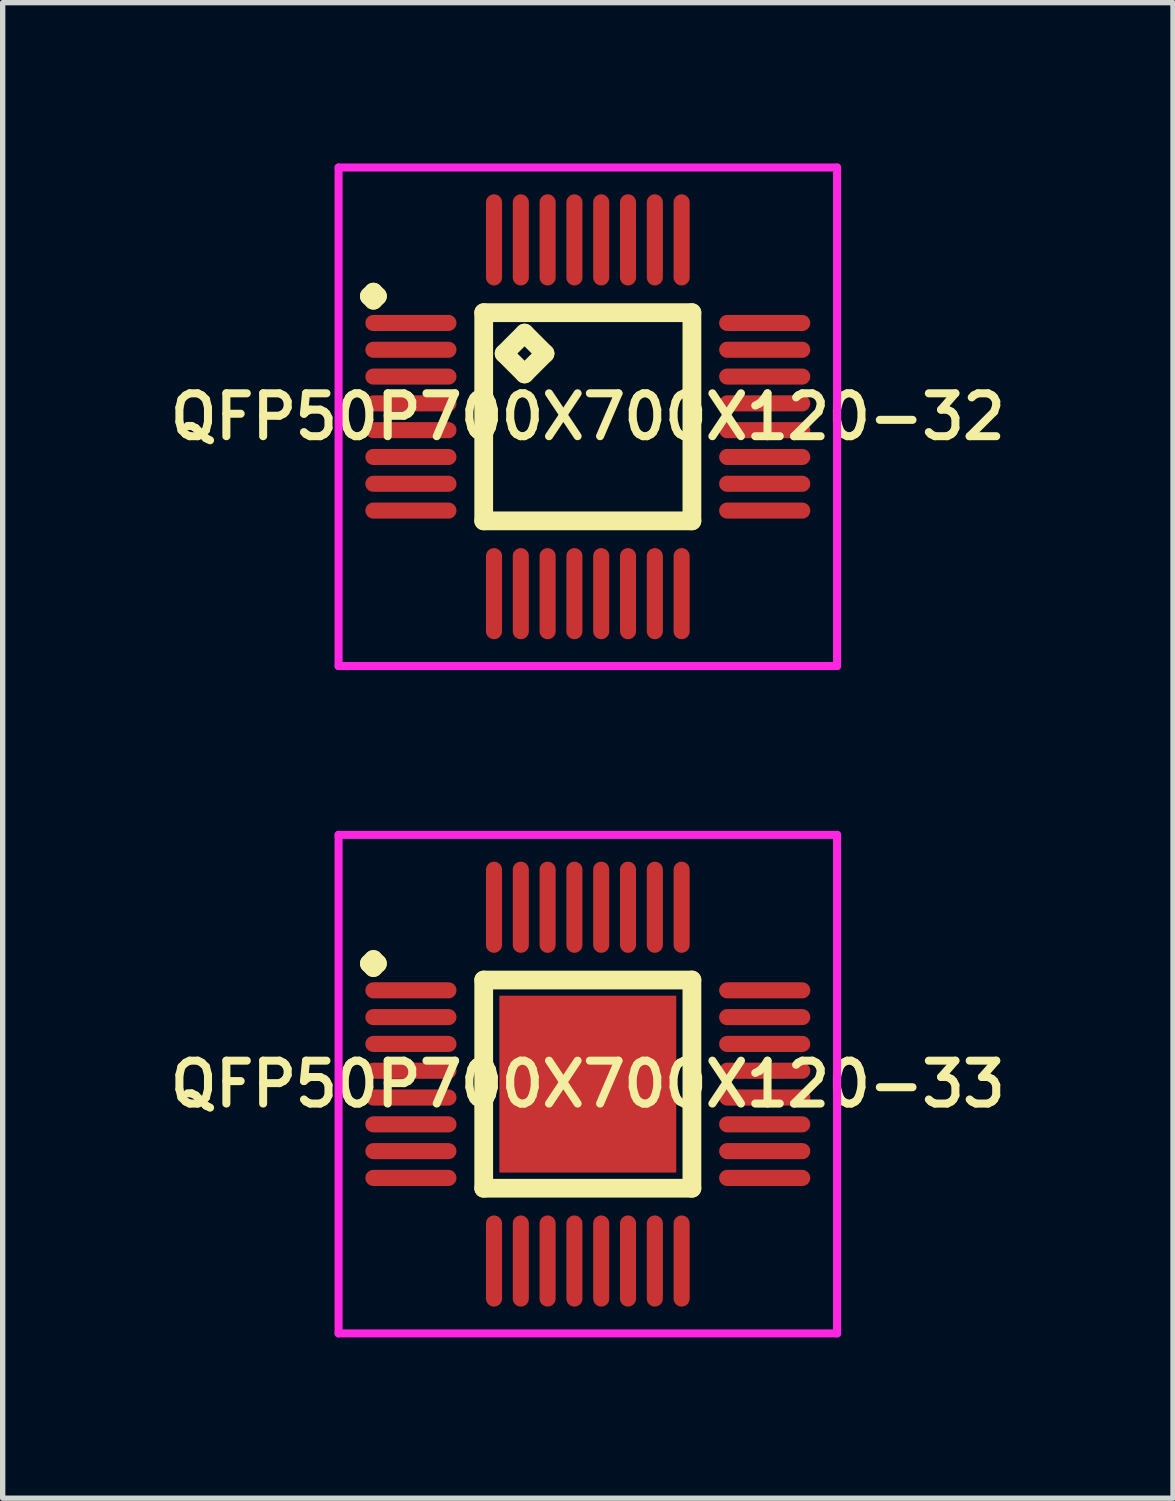
<source format=kicad_pcb>
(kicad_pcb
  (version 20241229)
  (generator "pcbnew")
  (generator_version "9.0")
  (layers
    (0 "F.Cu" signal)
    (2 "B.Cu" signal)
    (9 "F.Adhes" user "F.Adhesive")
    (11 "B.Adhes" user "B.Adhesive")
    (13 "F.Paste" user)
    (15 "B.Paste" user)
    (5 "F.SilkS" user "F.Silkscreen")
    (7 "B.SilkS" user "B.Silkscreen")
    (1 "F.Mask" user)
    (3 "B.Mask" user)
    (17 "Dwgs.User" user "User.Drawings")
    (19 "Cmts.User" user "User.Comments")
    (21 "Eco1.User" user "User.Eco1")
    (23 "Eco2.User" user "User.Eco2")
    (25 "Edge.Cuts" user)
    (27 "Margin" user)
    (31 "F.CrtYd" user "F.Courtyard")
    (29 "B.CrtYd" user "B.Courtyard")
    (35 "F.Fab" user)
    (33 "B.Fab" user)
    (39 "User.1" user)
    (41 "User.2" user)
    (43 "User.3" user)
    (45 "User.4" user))
  (footprint "QFP50P700X700X120-33"
    (layer "F.Cu")
    (at 7.916 17.175)
    (property "Reference" "QFP50P700X700X120-33" (at 0 0 0) (layer "F.SilkS") (effects (font (size 0.8 0.8) (thickness 0.15))))
    (attr through_hole)
    (fp_line (start -4.075 -2.25) (end -4 -2.325) (stroke (width 0.35) (type solid)) (layer "F.SilkS"))
    (fp_line (start -4 -2.325) (end -3.925 -2.25) (stroke (width 0.35) (type solid)) (layer "F.SilkS"))
    (fp_line (start -4 -2.175) (end -4.075 -2.25) (stroke (width 0.35) (type solid)) (layer "F.SilkS"))
    (fp_line (start -3.925 -2.25) (end -4 -2.175) (stroke (width 0.35) (type solid)) (layer "F.SilkS"))
    (fp_line (start -1.942 -1.942) (end -1.942 1.942) (stroke (width 0.35) (type solid)) (layer "F.SilkS"))
    (fp_line (start -1.942 1.942) (end 1.942 1.942) (stroke (width 0.35) (type solid)) (layer "F.SilkS"))
    (fp_line (start 1.942 -1.942) (end -1.942 -1.942) (stroke (width 0.35) (type solid)) (layer "F.SilkS"))
    (fp_line (start 1.942 1.942) (end 1.942 -1.942) (stroke (width 0.35) (type solid)) (layer "F.SilkS"))
    (fp_line (start -4.65 -4.65) (end 4.65 -4.65) (stroke (width 0.15) (type solid)) (layer "F.CrtYd"))
    (fp_line (start -4.65 4.65) (end -4.65 -4.65) (stroke (width 0.15) (type solid)) (layer "F.CrtYd"))
    (fp_line (start 4.65 -4.65) (end 4.65 4.65) (stroke (width 0.15) (type solid)) (layer "F.CrtYd"))
    (fp_line (start 4.65 4.65) (end -4.65 4.65) (stroke (width 0.15) (type solid)) (layer "F.CrtYd"))
    (pad "1" smd oval (at -3.3 -1.75) (size 1.7 0.3) (layers "F.Cu" "F.Mask" "F.Paste"))
    (pad "2" smd oval (at -3.3 -1.25) (size 1.7 0.3) (layers "F.Cu" "F.Mask" "F.Paste"))
    (pad "3" smd oval (at -3.3 -0.75) (size 1.7 0.3) (layers "F.Cu" "F.Mask" "F.Paste"))
    (pad "4" smd oval (at -3.3 -0.25) (size 1.7 0.3) (layers "F.Cu" "F.Mask" "F.Paste"))
    (pad "5" smd oval (at -3.3 0.25) (size 1.7 0.3) (layers "F.Cu" "F.Mask" "F.Paste"))
    (pad "6" smd oval (at -3.3 0.75) (size 1.7 0.3) (layers "F.Cu" "F.Mask" "F.Paste"))
    (pad "7" smd oval (at -3.3 1.25) (size 1.7 0.3) (layers "F.Cu" "F.Mask" "F.Paste"))
    (pad "8" smd oval (at -3.3 1.75) (size 1.7 0.3) (layers "F.Cu" "F.Mask" "F.Paste"))
    (pad "9" smd oval (at -1.75 3.3) (size 0.3 1.7) (layers "F.Cu" "F.Mask" "F.Paste"))
    (pad "10" smd oval (at -1.25 3.3) (size 0.3 1.7) (layers "F.Cu" "F.Mask" "F.Paste"))
    (pad "11" smd oval (at -0.75 3.3) (size 0.3 1.7) (layers "F.Cu" "F.Mask" "F.Paste"))
    (pad "12" smd oval (at -0.25 3.3) (size 0.3 1.7) (layers "F.Cu" "F.Mask" "F.Paste"))
    (pad "13" smd oval (at 0.25 3.3) (size 0.3 1.7) (layers "F.Cu" "F.Mask" "F.Paste"))
    (pad "14" smd oval (at 0.75 3.3) (size 0.3 1.7) (layers "F.Cu" "F.Mask" "F.Paste"))
    (pad "15" smd oval (at 1.25 3.3) (size 0.3 1.7) (layers "F.Cu" "F.Mask" "F.Paste"))
    (pad "16" smd oval (at 1.75 3.3) (size 0.3 1.7) (layers "F.Cu" "F.Mask" "F.Paste"))
    (pad "17" smd oval (at 3.3 1.75) (size 1.7 0.3) (layers "F.Cu" "F.Mask" "F.Paste"))
    (pad "18" smd oval (at 3.3 1.25) (size 1.7 0.3) (layers "F.Cu" "F.Mask" "F.Paste"))
    (pad "19" smd oval (at 3.3 0.75) (size 1.7 0.3) (layers "F.Cu" "F.Mask" "F.Paste"))
    (pad "20" smd oval (at 3.3 0.25) (size 1.7 0.3) (layers "F.Cu" "F.Mask" "F.Paste"))
    (pad "21" smd oval (at 3.3 -0.25) (size 1.7 0.3) (layers "F.Cu" "F.Mask" "F.Paste"))
    (pad "22" smd oval (at 3.3 -0.75) (size 1.7 0.3) (layers "F.Cu" "F.Mask" "F.Paste"))
    (pad "23" smd oval (at 3.3 -1.25) (size 1.7 0.3) (layers "F.Cu" "F.Mask" "F.Paste"))
    (pad "24" smd oval (at 3.3 -1.75) (size 1.7 0.3) (layers "F.Cu" "F.Mask" "F.Paste"))
    (pad "25" smd oval (at 1.75 -3.3) (size 0.3 1.7) (layers "F.Cu" "F.Mask" "F.Paste"))
    (pad "26" smd oval (at 1.25 -3.3) (size 0.3 1.7) (layers "F.Cu" "F.Mask" "F.Paste"))
    (pad "27" smd oval (at 0.75 -3.3) (size 0.3 1.7) (layers "F.Cu" "F.Mask" "F.Paste"))
    (pad "28" smd oval (at 0.25 -3.3) (size 0.3 1.7) (layers "F.Cu" "F.Mask" "F.Paste"))
    (pad "29" smd oval (at -0.25 -3.3) (size 0.3 1.7) (layers "F.Cu" "F.Mask" "F.Paste"))
    (pad "30" smd oval (at -0.75 -3.3) (size 0.3 1.7) (layers "F.Cu" "F.Mask" "F.Paste"))
    (pad "31" smd oval (at -1.25 -3.3) (size 0.3 1.7) (layers "F.Cu" "F.Mask" "F.Paste"))
    (pad "32" smd oval (at -1.75 -3.3) (size 0.3 1.7) (layers "F.Cu" "F.Mask" "F.Paste"))
    (pad "33" smd rect (at 0 0) (size 3.3 3.3) (layers "F.Cu" "F.Mask" "F.Paste")))
  (footprint "QFP50P700X700X120-32"
    (layer "F.Cu")
    (at 7.916 4.725)
    (property "Reference" "QFP50P700X700X120-32" (at 0 0 0) (layer "F.SilkS") (effects (font (size 0.8 0.8) (thickness 0.15))))
    (attr smd)
    (fp_line (start -4.075 -2.25) (end -4 -2.325) (stroke (width 0.35) (type solid)) (layer "F.SilkS"))
    (fp_line (start -4 -2.325) (end -3.925 -2.25) (stroke (width 0.35) (type solid)) (layer "F.SilkS"))
    (fp_line (start -4 -2.175) (end -4.075 -2.25) (stroke (width 0.35) (type solid)) (layer "F.SilkS"))
    (fp_line (start -3.925 -2.25) (end -4 -2.175) (stroke (width 0.35) (type solid)) (layer "F.SilkS"))
    (fp_line (start -1.942 -1.942) (end -1.942 1.942) (stroke (width 0.35) (type solid)) (layer "F.SilkS"))
    (fp_line (start -1.942 1.942) (end 1.942 1.942) (stroke (width 0.35) (type solid)) (layer "F.SilkS"))
    (fp_line (start -1.561 -1.18) (end -1.18 -1.561) (stroke (width 0.35) (type solid)) (layer "F.SilkS"))
    (fp_line (start -1.18 -1.561) (end -0.799 -1.18) (stroke (width 0.35) (type solid)) (layer "F.SilkS"))
    (fp_line (start -1.18 -0.799) (end -1.561 -1.18) (stroke (width 0.35) (type solid)) (layer "F.SilkS"))
    (fp_line (start -0.799 -1.18) (end -1.18 -0.799) (stroke (width 0.35) (type solid)) (layer "F.SilkS"))
    (fp_line (start 1.942 -1.942) (end -1.942 -1.942) (stroke (width 0.35) (type solid)) (layer "F.SilkS"))
    (fp_line (start 1.942 1.942) (end 1.942 -1.942) (stroke (width 0.35) (type solid)) (layer "F.SilkS"))
    (fp_line (start -4.65 -4.65) (end 4.65 -4.65) (stroke (width 0.15) (type solid)) (layer "F.CrtYd"))
    (fp_line (start -4.65 4.65) (end -4.65 -4.65) (stroke (width 0.15) (type solid)) (layer "F.CrtYd"))
    (fp_line (start 4.65 -4.65) (end 4.65 4.65) (stroke (width 0.15) (type solid)) (layer "F.CrtYd"))
    (fp_line (start 4.65 4.65) (end -4.65 4.65) (stroke (width 0.15) (type solid)) (layer "F.CrtYd"))
    (pad "1" smd oval (at -3.3 -1.75) (size 1.7 0.3) (layers "F.Cu" "F.Mask" "F.Paste"))
    (pad "2" smd oval (at -3.3 -1.25) (size 1.7 0.3) (layers "F.Cu" "F.Mask" "F.Paste"))
    (pad "3" smd oval (at -3.3 -0.75) (size 1.7 0.3) (layers "F.Cu" "F.Mask" "F.Paste"))
    (pad "4" smd oval (at -3.3 -0.25) (size 1.7 0.3) (layers "F.Cu" "F.Mask" "F.Paste"))
    (pad "5" smd oval (at -3.3 0.25) (size 1.7 0.3) (layers "F.Cu" "F.Mask" "F.Paste"))
    (pad "6" smd oval (at -3.3 0.75) (size 1.7 0.3) (layers "F.Cu" "F.Mask" "F.Paste"))
    (pad "7" smd oval (at -3.3 1.25) (size 1.7 0.3) (layers "F.Cu" "F.Mask" "F.Paste"))
    (pad "8" smd oval (at -3.3 1.75) (size 1.7 0.3) (layers "F.Cu" "F.Mask" "F.Paste"))
    (pad "9" smd oval (at -1.75 3.3) (size 0.3 1.7) (layers "F.Cu" "F.Mask" "F.Paste"))
    (pad "10" smd oval (at -1.25 3.3) (size 0.3 1.7) (layers "F.Cu" "F.Mask" "F.Paste"))
    (pad "11" smd oval (at -0.75 3.3) (size 0.3 1.7) (layers "F.Cu" "F.Mask" "F.Paste"))
    (pad "12" smd oval (at -0.25 3.3) (size 0.3 1.7) (layers "F.Cu" "F.Mask" "F.Paste"))
    (pad "13" smd oval (at 0.25 3.3) (size 0.3 1.7) (layers "F.Cu" "F.Mask" "F.Paste"))
    (pad "14" smd oval (at 0.75 3.3) (size 0.3 1.7) (layers "F.Cu" "F.Mask" "F.Paste"))
    (pad "15" smd oval (at 1.25 3.3) (size 0.3 1.7) (layers "F.Cu" "F.Mask" "F.Paste"))
    (pad "16" smd oval (at 1.75 3.3) (size 0.3 1.7) (layers "F.Cu" "F.Mask" "F.Paste"))
    (pad "17" smd oval (at 3.3 1.75) (size 1.7 0.3) (layers "F.Cu" "F.Mask" "F.Paste"))
    (pad "18" smd oval (at 3.3 1.25) (size 1.7 0.3) (layers "F.Cu" "F.Mask" "F.Paste"))
    (pad "19" smd oval (at 3.3 0.75) (size 1.7 0.3) (layers "F.Cu" "F.Mask" "F.Paste"))
    (pad "20" smd oval (at 3.3 0.25) (size 1.7 0.3) (layers "F.Cu" "F.Mask" "F.Paste"))
    (pad "21" smd oval (at 3.3 -0.25) (size 1.7 0.3) (layers "F.Cu" "F.Mask" "F.Paste"))
    (pad "22" smd oval (at 3.3 -0.75) (size 1.7 0.3) (layers "F.Cu" "F.Mask" "F.Paste"))
    (pad "23" smd oval (at 3.3 -1.25) (size 1.7 0.3) (layers "F.Cu" "F.Mask" "F.Paste"))
    (pad "24" smd oval (at 3.3 -1.75) (size 1.7 0.3) (layers "F.Cu" "F.Mask" "F.Paste"))
    (pad "25" smd oval (at 1.75 -3.3) (size 0.3 1.7) (layers "F.Cu" "F.Mask" "F.Paste"))
    (pad "26" smd oval (at 1.25 -3.3) (size 0.3 1.7) (layers "F.Cu" "F.Mask" "F.Paste"))
    (pad "27" smd oval (at 0.75 -3.3) (size 0.3 1.7) (layers "F.Cu" "F.Mask" "F.Paste"))
    (pad "28" smd oval (at 0.25 -3.3) (size 0.3 1.7) (layers "F.Cu" "F.Mask" "F.Paste"))
    (pad "29" smd oval (at -0.25 -3.3) (size 0.3 1.7) (layers "F.Cu" "F.Mask" "F.Paste"))
    (pad "30" smd oval (at -0.75 -3.3) (size 0.3 1.7) (layers "F.Cu" "F.Mask" "F.Paste"))
    (pad "31" smd oval (at -1.25 -3.3) (size 0.3 1.7) (layers "F.Cu" "F.Mask" "F.Paste"))
    (pad "32" smd oval (at -1.75 -3.3) (size 0.3 1.7) (layers "F.Cu" "F.Mask" "F.Paste")))
  (gr_rect
    (start -3 -3)
    (end 18.833 24.9)
    (stroke (width 0.1) (type default))
    (fill no)
    (layer "Edge.Cuts")))
</source>
